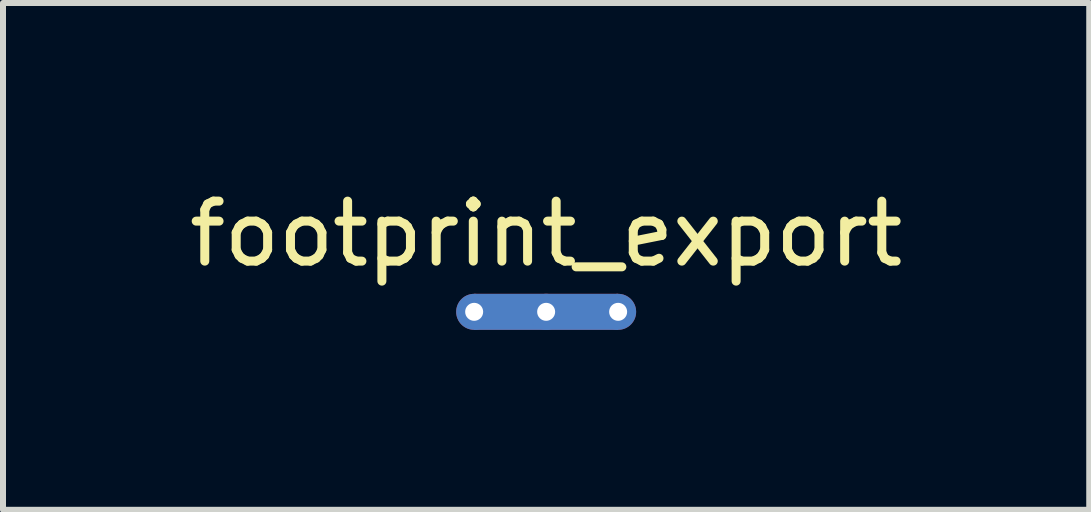
<source format=kicad_pcb>
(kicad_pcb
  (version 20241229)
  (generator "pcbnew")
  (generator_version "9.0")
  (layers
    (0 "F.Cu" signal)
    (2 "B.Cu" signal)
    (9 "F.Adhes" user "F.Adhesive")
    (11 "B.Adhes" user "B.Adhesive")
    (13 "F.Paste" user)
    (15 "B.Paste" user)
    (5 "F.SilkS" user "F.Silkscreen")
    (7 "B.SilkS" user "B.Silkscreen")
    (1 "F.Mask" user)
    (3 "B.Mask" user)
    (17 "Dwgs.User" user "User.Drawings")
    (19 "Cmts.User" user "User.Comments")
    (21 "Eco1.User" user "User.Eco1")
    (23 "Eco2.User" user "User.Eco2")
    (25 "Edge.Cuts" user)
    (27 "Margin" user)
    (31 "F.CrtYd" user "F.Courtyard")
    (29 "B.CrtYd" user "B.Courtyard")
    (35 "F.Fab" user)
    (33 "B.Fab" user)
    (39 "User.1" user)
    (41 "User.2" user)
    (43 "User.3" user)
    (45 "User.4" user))
  (footprint "footprint_export"
    (layer "F.Cu")
    (at 4.854 2.148)
    (property "Reference" "footprint_export" (at 1.2 -1.3 0) (layer "F.SilkS") (effects (font (size 1 1) (thickness 0.15))))
    (attr exclude_from_pos_files exclude_from_bom allow_missing_courtyard)
    (fp_poly (pts (xy 0 -0.3) (xy 2.4 -0.3) (xy 2.4 0.3) (xy 0 0.3)) (stroke (width 0) (type solid)) (fill yes) (layer "F.Cu"))
    (fp_poly (pts (xy 0 -0.3) (xy 2.4 -0.3) (xy 2.4 0.3) (xy 0 0.3)) (stroke (width 0) (type solid)) (fill yes) (layer "B.Cu"))
    (pad "1" thru_hole circle (at 0 0) (size 0.6 0.6) (drill 0.3) (layers "*.Cu"))
    (pad "2" thru_hole circle (at 1.2 0) (size 0.6 0.6) (drill 0.3) (layers "*.Cu"))
    (pad "3" thru_hole circle (at 2.4 0) (size 0.6 0.6) (drill 0.3) (layers "*.Cu")))
  (gr_rect
    (start -3 -3)
    (end 15.107 5.448)
    (stroke (width 0.1) (type default))
    (fill no)
    (layer "Edge.Cuts")))
</source>
